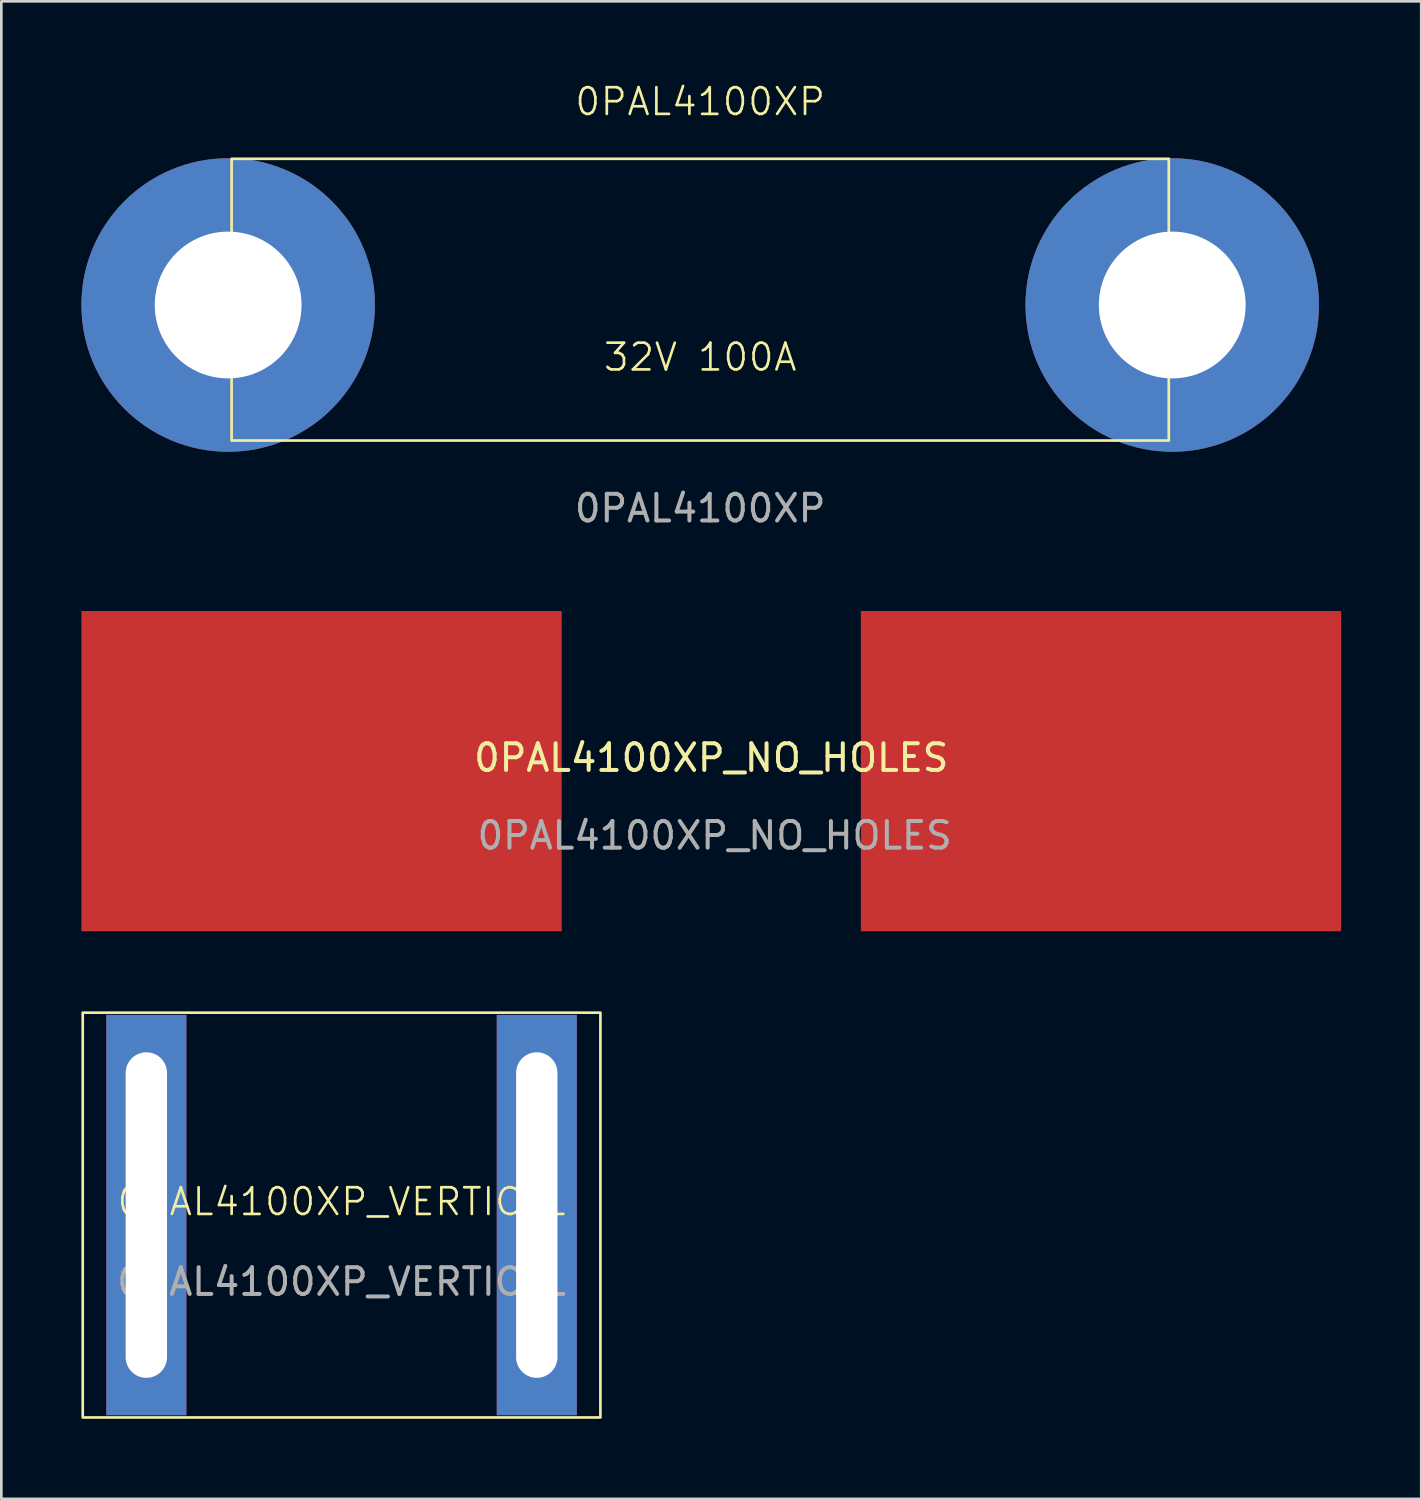
<source format=kicad_pcb>
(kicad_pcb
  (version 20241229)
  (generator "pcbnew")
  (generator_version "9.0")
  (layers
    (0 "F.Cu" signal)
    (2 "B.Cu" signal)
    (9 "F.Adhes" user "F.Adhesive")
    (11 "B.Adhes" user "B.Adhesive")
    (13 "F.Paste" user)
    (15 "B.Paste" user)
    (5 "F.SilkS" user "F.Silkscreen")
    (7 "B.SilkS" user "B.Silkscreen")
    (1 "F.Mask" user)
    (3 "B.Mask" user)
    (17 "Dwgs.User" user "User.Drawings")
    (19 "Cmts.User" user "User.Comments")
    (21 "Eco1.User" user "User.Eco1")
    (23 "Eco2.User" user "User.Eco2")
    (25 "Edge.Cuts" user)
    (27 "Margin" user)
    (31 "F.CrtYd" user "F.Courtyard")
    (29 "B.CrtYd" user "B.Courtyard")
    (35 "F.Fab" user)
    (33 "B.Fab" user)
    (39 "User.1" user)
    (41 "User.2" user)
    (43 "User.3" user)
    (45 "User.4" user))
  (footprint "0PAL4100XP_NO_HOLES"
    (layer "F.Cu")
    (at 23.605 25.849)
    (property "Reference" "0PAL4100XP_NO_HOLES" (at 0 -0.5 0) (unlocked yes) (layer "F.SilkS") (effects (font (size 1 1) (thickness 0.15))))
    (attr smd)
    (fp_text user "${REFERENCE}" (at 0.127 2.413 0) (unlocked yes) (layer "F.Fab") (effects (font (size 1 1) (thickness 0.15))))
    (pad "1" smd rect (at -14.605 0) (size 18 12) (layers "F.Cu" "F.Mask" "F.Paste"))
    (pad "2" smd rect (at 14.605 0) (size 18 12) (layers "F.Cu" "F.Mask" "F.Paste")))
  (footprint "0PAL4100XP_VERTICAL"
    (layer "F.Cu")
    (at 9.75 42.484)
    (property "Reference" "0PAL4100XP_VERTICAL" (at 0 -0.5 0) (unlocked yes) (layer "F.SilkS") (effects (font (size 1 1) (thickness 0.1))))
    (attr through_hole)
    (fp_rect (start -9.7 -7.585) (end 9.7 7.585) (stroke (width 0.1) (type default)) (fill no) (layer "F.SilkS"))
    (fp_text user "${REFERENCE}" (at 0 2.5 0) (unlocked yes) (layer "F.Fab") (effects (font (size 1 1) (thickness 0.15))))
    (pad "1" thru_hole rect (at -7.316 0) (size 3 15) (drill oval 1.55 12.2) (layers "*.Cu" "*.Mask"))
    (pad "2" thru_hole rect (at 7.316 0) (size 3 15) (drill oval 1.55 12.2) (layers "*.Cu" "*.Mask")))
  (footprint "0PAL4100XP"
    (layer "F.Cu")
    (at 23.19 8.38)
    (property "Reference" "0PAL4100XP" (at 0 -7.62 0) (unlocked yes) (layer "F.SilkS") (effects (font (size 1 1) (thickness 0.1))))
    (attr through_hole)
    (fp_rect (start -17.56 -5.48) (end 17.56 5.08) (stroke (width 0.1) (type default)) (fill no) (layer "F.SilkS"))
    (fp_text user "32V 100A" (at 0 2.54 0) (unlocked yes) (layer "F.SilkS") (effects (font (size 1 1) (thickness 0.1)) (justify bottom)))
    (fp_text user "0PAL4100XP" (at 0 7.62 0) (unlocked yes) (layer "F.Fab") (effects (font (size 1 1) (thickness 0.15))))
    (pad "1" thru_hole circle (at -17.69 0) (size 11 11) (drill 5.5) (layers "*.Cu" "*.Mask"))
    (pad "2" thru_hole circle (at 17.69 0) (size 11 11) (drill 5.5) (layers "*.Cu" "*.Mask")))
  (gr_rect
    (start -3 -3)
    (end 50.21 53.119)
    (stroke (width 0.1) (type default))
    (fill no)
    (layer "Edge.Cuts")))
</source>
